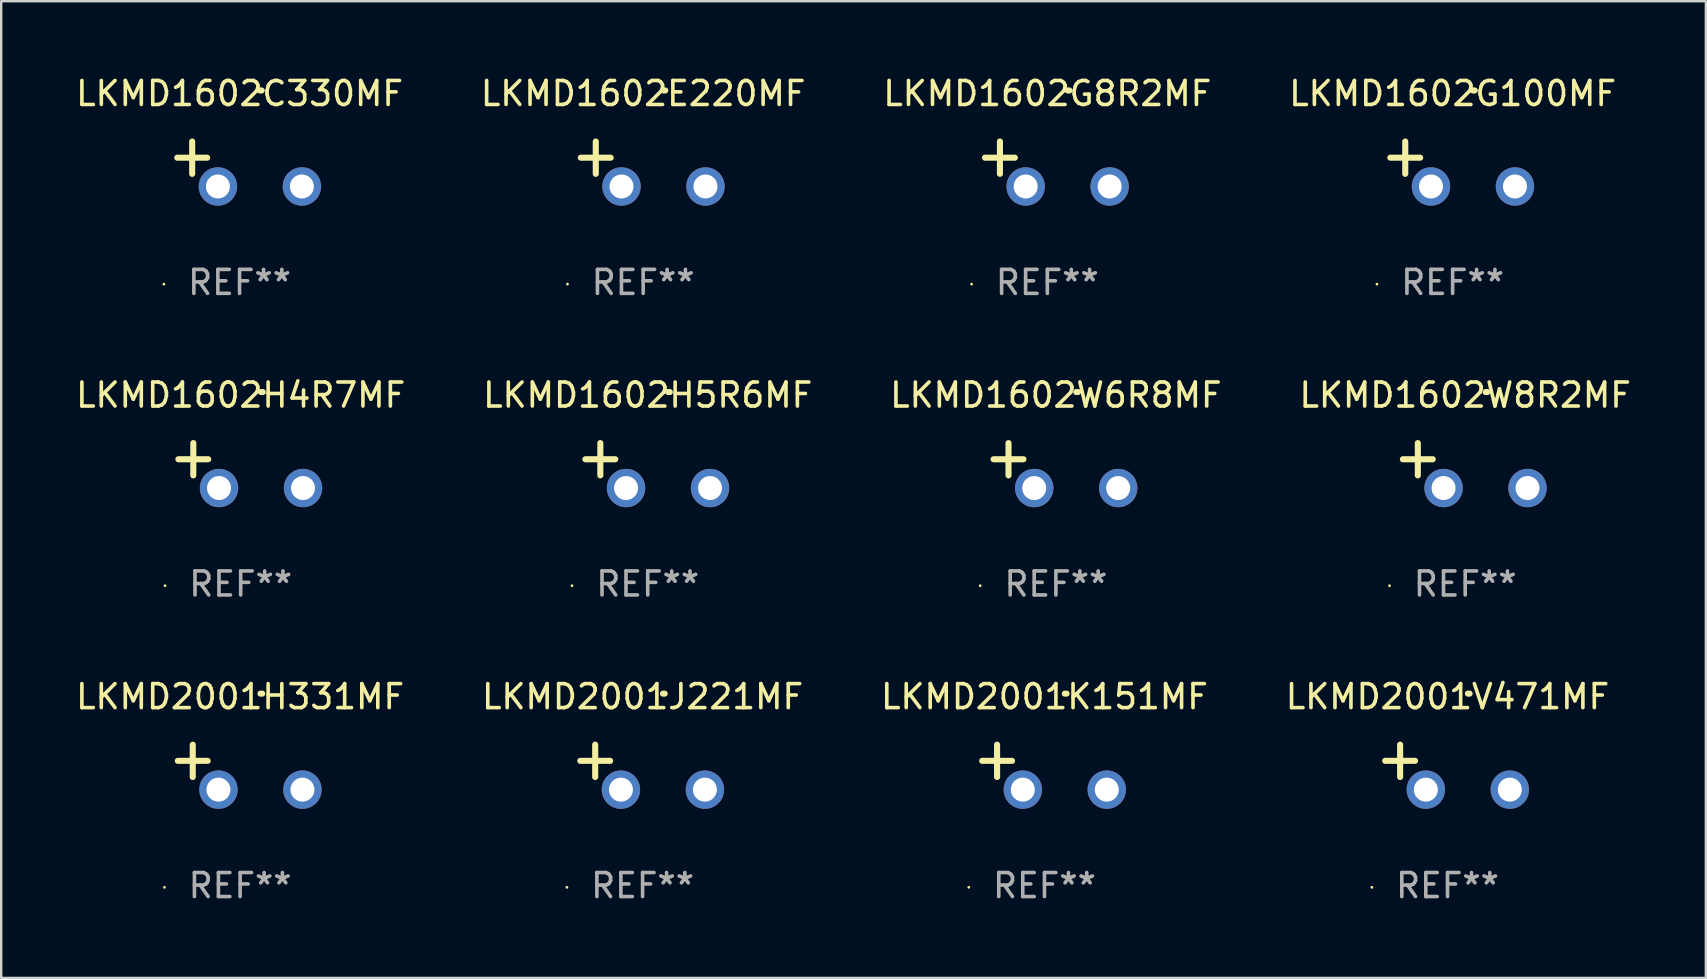
<source format=kicad_pcb>
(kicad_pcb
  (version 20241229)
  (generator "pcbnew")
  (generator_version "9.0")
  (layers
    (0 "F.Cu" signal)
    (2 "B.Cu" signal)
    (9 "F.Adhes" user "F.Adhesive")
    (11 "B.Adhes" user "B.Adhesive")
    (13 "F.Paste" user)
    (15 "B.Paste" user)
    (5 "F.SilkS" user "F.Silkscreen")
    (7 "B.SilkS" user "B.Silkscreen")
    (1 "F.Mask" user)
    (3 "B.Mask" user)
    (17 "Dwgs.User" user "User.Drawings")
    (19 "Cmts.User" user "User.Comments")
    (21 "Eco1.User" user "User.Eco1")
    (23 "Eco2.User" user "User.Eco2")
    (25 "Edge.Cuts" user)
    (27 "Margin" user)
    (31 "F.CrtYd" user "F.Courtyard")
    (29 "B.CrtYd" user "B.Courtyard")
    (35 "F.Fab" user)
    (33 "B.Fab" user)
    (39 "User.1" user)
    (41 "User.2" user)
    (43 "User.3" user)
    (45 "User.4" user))
  (footprint "LKMD1602H4R7MF"
    (layer "F.Cu")
    (at 6.982 16.354)
    (property "Reference" "LKMD1602H4R7MF" (at 0 -2.937 0) (layer "F.SilkS") (effects (font (size 1 1) (thickness 0.15))))
    (attr through_hole)
    (fp_line (start -1.975 0.41) (end -1.975 -0.937) (stroke (width 0.254) (type solid)) (layer "F.SilkS"))
    (fp_line (start -1.353 -0.263) (end -2.597 -0.263) (stroke (width 0.254) (type solid)) (layer "F.SilkS"))
    (fp_arc (start 0.849809 -3.063957) (mid 0.885369 -3.064114) (end 0.920929 -3.063957) (stroke (width 0.254001) (type solid)) (layer "F.SilkS"))
    (fp_circle (center -3.154 5.008) (end -3.124 5.008) (stroke (width 0.06) (type solid)) (fill no) (layer "F.SilkS"))
    (fp_text user "REF**" (at 0 4.937 0) (layer "F.Fab") (effects (font (size 1 1) (thickness 0.15))))
    (pad "1" thru_hole circle (at -0.903 0.937) (size 1.6 1.6) (drill 1) (layers "*.Cu" "*.Mask"))
    (pad "2" thru_hole circle (at 2.597 0.937) (size 1.6 1.6) (drill 1) (layers "*.Cu" "*.Mask")))
  (footprint "LKMD2001V471MF"
    (layer "F.Cu")
    (at 57.28 28.924)
    (property "Reference" "LKMD2001V471MF" (at 0 -2.937 0) (layer "F.SilkS") (effects (font (size 1 1) (thickness 0.15))))
    (attr through_hole)
    (fp_line (start -1.975 0.41) (end -1.975 -0.937) (stroke (width 0.254) (type solid)) (layer "F.SilkS"))
    (fp_line (start -1.353 -0.263) (end -2.597 -0.263) (stroke (width 0.254) (type solid)) (layer "F.SilkS"))
    (fp_arc (start 0.849809 -3.063957) (mid 0.885369 -3.064114) (end 0.920929 -3.063957) (stroke (width 0.254001) (type solid)) (layer "F.SilkS"))
    (fp_circle (center -3.154 5.008) (end -3.124 5.008) (stroke (width 0.06) (type solid)) (fill no) (layer "F.SilkS"))
    (fp_text user "REF**" (at 0 4.937 0) (layer "F.Fab") (effects (font (size 1 1) (thickness 0.15))))
    (pad "1" thru_hole circle (at -0.903 0.937) (size 1.6 1.6) (drill 1) (layers "*.Cu" "*.Mask"))
    (pad "2" thru_hole circle (at 2.597 0.937) (size 1.6 1.6) (drill 1) (layers "*.Cu" "*.Mask")))
  (footprint "LKMD1602G100MF"
    (layer "F.Cu")
    (at 57.494 3.785)
    (property "Reference" "LKMD1602G100MF" (at 0 -2.937 0) (layer "F.SilkS") (effects (font (size 1 1) (thickness 0.15))))
    (attr through_hole)
    (fp_line (start -1.975 0.41) (end -1.975 -0.937) (stroke (width 0.254) (type solid)) (layer "F.SilkS"))
    (fp_line (start -1.353 -0.263) (end -2.597 -0.263) (stroke (width 0.254) (type solid)) (layer "F.SilkS"))
    (fp_arc (start 0.849809 -3.063957) (mid 0.885369 -3.064114) (end 0.920929 -3.063957) (stroke (width 0.254001) (type solid)) (layer "F.SilkS"))
    (fp_circle (center -3.154 5.008) (end -3.124 5.008) (stroke (width 0.06) (type solid)) (fill no) (layer "F.SilkS"))
    (fp_text user "REF**" (at 0 4.937 0) (layer "F.Fab") (effects (font (size 1 1) (thickness 0.15))))
    (pad "1" thru_hole circle (at -0.903 0.937) (size 1.6 1.6) (drill 1) (layers "*.Cu" "*.Mask"))
    (pad "2" thru_hole circle (at 2.597 0.937) (size 1.6 1.6) (drill 1) (layers "*.Cu" "*.Mask")))
  (footprint "LKMD2001K151MF"
    (layer "F.Cu")
    (at 40.482 28.924)
    (property "Reference" "LKMD2001K151MF" (at 0 -2.937 0) (layer "F.SilkS") (effects (font (size 1 1) (thickness 0.15))))
    (attr through_hole)
    (fp_line (start -1.975 0.41) (end -1.975 -0.937) (stroke (width 0.254) (type solid)) (layer "F.SilkS"))
    (fp_line (start -1.353 -0.263) (end -2.597 -0.263) (stroke (width 0.254) (type solid)) (layer "F.SilkS"))
    (fp_arc (start 0.849809 -3.063957) (mid 0.885369 -3.064114) (end 0.920929 -3.063957) (stroke (width 0.254001) (type solid)) (layer "F.SilkS"))
    (fp_circle (center -3.154 5.008) (end -3.124 5.008) (stroke (width 0.06) (type solid)) (fill no) (layer "F.SilkS"))
    (fp_text user "REF**" (at 0 4.937 0) (layer "F.Fab") (effects (font (size 1 1) (thickness 0.15))))
    (pad "1" thru_hole circle (at -0.903 0.937) (size 1.6 1.6) (drill 1) (layers "*.Cu" "*.Mask"))
    (pad "2" thru_hole circle (at 2.597 0.937) (size 1.6 1.6) (drill 1) (layers "*.Cu" "*.Mask")))
  (footprint "LKMD2001H331MF"
    (layer "F.Cu")
    (at 6.958 28.924)
    (property "Reference" "LKMD2001H331MF" (at 0 -2.937 0) (layer "F.SilkS") (effects (font (size 1 1) (thickness 0.15))))
    (attr through_hole)
    (fp_line (start -1.975 0.41) (end -1.975 -0.937) (stroke (width 0.254) (type solid)) (layer "F.SilkS"))
    (fp_line (start -1.353 -0.263) (end -2.597 -0.263) (stroke (width 0.254) (type solid)) (layer "F.SilkS"))
    (fp_arc (start 0.849809 -3.063957) (mid 0.885369 -3.064114) (end 0.920929 -3.063957) (stroke (width 0.254001) (type solid)) (layer "F.SilkS"))
    (fp_circle (center -3.154 5.008) (end -3.124 5.008) (stroke (width 0.06) (type solid)) (fill no) (layer "F.SilkS"))
    (fp_text user "REF**" (at 0 4.937 0) (layer "F.Fab") (effects (font (size 1 1) (thickness 0.15))))
    (pad "1" thru_hole circle (at -0.903 0.937) (size 1.6 1.6) (drill 1) (layers "*.Cu" "*.Mask"))
    (pad "2" thru_hole circle (at 2.597 0.937) (size 1.6 1.6) (drill 1) (layers "*.Cu" "*.Mask")))
  (footprint "LKMD1602H5R6MF"
    (layer "F.Cu")
    (at 23.946 16.354)
    (property "Reference" "LKMD1602H5R6MF" (at 0 -2.937 0) (layer "F.SilkS") (effects (font (size 1 1) (thickness 0.15))))
    (attr through_hole)
    (fp_line (start -1.975 0.41) (end -1.975 -0.937) (stroke (width 0.254) (type solid)) (layer "F.SilkS"))
    (fp_line (start -1.353 -0.263) (end -2.597 -0.263) (stroke (width 0.254) (type solid)) (layer "F.SilkS"))
    (fp_arc (start 0.849809 -3.063957) (mid 0.885369 -3.064114) (end 0.920929 -3.063957) (stroke (width 0.254001) (type solid)) (layer "F.SilkS"))
    (fp_circle (center -3.154 5.008) (end -3.124 5.008) (stroke (width 0.06) (type solid)) (fill no) (layer "F.SilkS"))
    (fp_text user "REF**" (at 0 4.937 0) (layer "F.Fab") (effects (font (size 1 1) (thickness 0.15))))
    (pad "1" thru_hole circle (at -0.903 0.937) (size 1.6 1.6) (drill 1) (layers "*.Cu" "*.Mask"))
    (pad "2" thru_hole circle (at 2.597 0.937) (size 1.6 1.6) (drill 1) (layers "*.Cu" "*.Mask")))
  (footprint "LKMD1602G8R2MF"
    (layer "F.Cu")
    (at 40.601 3.785)
    (property "Reference" "LKMD1602G8R2MF" (at 0 -2.937 0) (layer "F.SilkS") (effects (font (size 1 1) (thickness 0.15))))
    (attr through_hole)
    (fp_line (start -1.975 0.41) (end -1.975 -0.937) (stroke (width 0.254) (type solid)) (layer "F.SilkS"))
    (fp_line (start -1.353 -0.263) (end -2.597 -0.263) (stroke (width 0.254) (type solid)) (layer "F.SilkS"))
    (fp_arc (start 0.849809 -3.063957) (mid 0.885369 -3.064114) (end 0.920929 -3.063957) (stroke (width 0.254001) (type solid)) (layer "F.SilkS"))
    (fp_circle (center -3.154 5.008) (end -3.124 5.008) (stroke (width 0.06) (type solid)) (fill no) (layer "F.SilkS"))
    (fp_text user "REF**" (at 0 4.937 0) (layer "F.Fab") (effects (font (size 1 1) (thickness 0.15))))
    (pad "1" thru_hole circle (at -0.903 0.937) (size 1.6 1.6) (drill 1) (layers "*.Cu" "*.Mask"))
    (pad "2" thru_hole circle (at 2.597 0.937) (size 1.6 1.6) (drill 1) (layers "*.Cu" "*.Mask")))
  (footprint "LKMD2001J221MF"
    (layer "F.Cu")
    (at 23.732 28.924)
    (property "Reference" "LKMD2001J221MF" (at 0 -2.937 0) (layer "F.SilkS") (effects (font (size 1 1) (thickness 0.15))))
    (attr through_hole)
    (fp_line (start -1.975 0.41) (end -1.975 -0.937) (stroke (width 0.254) (type solid)) (layer "F.SilkS"))
    (fp_line (start -1.353 -0.263) (end -2.597 -0.263) (stroke (width 0.254) (type solid)) (layer "F.SilkS"))
    (fp_arc (start 0.849809 -3.063957) (mid 0.885369 -3.064114) (end 0.920929 -3.063957) (stroke (width 0.254001) (type solid)) (layer "F.SilkS"))
    (fp_circle (center -3.154 5.008) (end -3.124 5.008) (stroke (width 0.06) (type solid)) (fill no) (layer "F.SilkS"))
    (fp_text user "REF**" (at 0 4.937 0) (layer "F.Fab") (effects (font (size 1 1) (thickness 0.15))))
    (pad "1" thru_hole circle (at -0.903 0.937) (size 1.6 1.6) (drill 1) (layers "*.Cu" "*.Mask"))
    (pad "2" thru_hole circle (at 2.597 0.937) (size 1.6 1.6) (drill 1) (layers "*.Cu" "*.Mask")))
  (footprint "LKMD1602W6R8MF"
    (layer "F.Cu")
    (at 40.958 16.354)
    (property "Reference" "LKMD1602W6R8MF" (at 0 -2.937 0) (layer "F.SilkS") (effects (font (size 1 1) (thickness 0.15))))
    (attr through_hole)
    (fp_line (start -1.975 0.41) (end -1.975 -0.937) (stroke (width 0.254) (type solid)) (layer "F.SilkS"))
    (fp_line (start -1.353 -0.263) (end -2.597 -0.263) (stroke (width 0.254) (type solid)) (layer "F.SilkS"))
    (fp_arc (start 0.849809 -3.063957) (mid 0.885369 -3.064114) (end 0.920929 -3.063957) (stroke (width 0.254001) (type solid)) (layer "F.SilkS"))
    (fp_circle (center -3.154 5.008) (end -3.124 5.008) (stroke (width 0.06) (type solid)) (fill no) (layer "F.SilkS"))
    (fp_text user "REF**" (at 0 4.937 0) (layer "F.Fab") (effects (font (size 1 1) (thickness 0.15))))
    (pad "1" thru_hole circle (at -0.903 0.937) (size 1.6 1.6) (drill 1) (layers "*.Cu" "*.Mask"))
    (pad "2" thru_hole circle (at 2.597 0.937) (size 1.6 1.6) (drill 1) (layers "*.Cu" "*.Mask")))
  (footprint "LKMD1602E220MF"
    (layer "F.Cu")
    (at 23.756 3.785)
    (property "Reference" "LKMD1602E220MF" (at 0 -2.937 0) (layer "F.SilkS") (effects (font (size 1 1) (thickness 0.15))))
    (attr through_hole)
    (fp_line (start -1.975 0.41) (end -1.975 -0.937) (stroke (width 0.254) (type solid)) (layer "F.SilkS"))
    (fp_line (start -1.353 -0.263) (end -2.597 -0.263) (stroke (width 0.254) (type solid)) (layer "F.SilkS"))
    (fp_arc (start 0.849809 -3.063957) (mid 0.885369 -3.064114) (end 0.920929 -3.063957) (stroke (width 0.254001) (type solid)) (layer "F.SilkS"))
    (fp_circle (center -3.154 5.008) (end -3.124 5.008) (stroke (width 0.06) (type solid)) (fill no) (layer "F.SilkS"))
    (fp_text user "REF**" (at 0 4.937 0) (layer "F.Fab") (effects (font (size 1 1) (thickness 0.15))))
    (pad "1" thru_hole circle (at -0.903 0.937) (size 1.6 1.6) (drill 1) (layers "*.Cu" "*.Mask"))
    (pad "2" thru_hole circle (at 2.597 0.937) (size 1.6 1.6) (drill 1) (layers "*.Cu" "*.Mask")))
  (footprint "LKMD1602W8R2MF"
    (layer "F.Cu")
    (at 58.018 16.354)
    (property "Reference" "LKMD1602W8R2MF" (at 0 -2.937 0) (layer "F.SilkS") (effects (font (size 1 1) (thickness 0.15))))
    (attr through_hole)
    (fp_line (start -1.975 0.41) (end -1.975 -0.937) (stroke (width 0.254) (type solid)) (layer "F.SilkS"))
    (fp_line (start -1.353 -0.263) (end -2.597 -0.263) (stroke (width 0.254) (type solid)) (layer "F.SilkS"))
    (fp_arc (start 0.849809 -3.063957) (mid 0.885369 -3.064114) (end 0.920929 -3.063957) (stroke (width 0.254001) (type solid)) (layer "F.SilkS"))
    (fp_circle (center -3.154 5.008) (end -3.124 5.008) (stroke (width 0.06) (type solid)) (fill no) (layer "F.SilkS"))
    (fp_text user "REF**" (at 0 4.937 0) (layer "F.Fab") (effects (font (size 1 1) (thickness 0.15))))
    (pad "1" thru_hole circle (at -0.903 0.937) (size 1.6 1.6) (drill 1) (layers "*.Cu" "*.Mask"))
    (pad "2" thru_hole circle (at 2.597 0.937) (size 1.6 1.6) (drill 1) (layers "*.Cu" "*.Mask")))
  (footprint "LKMD1602C330MF"
    (layer "F.Cu")
    (at 6.935 3.785)
    (property "Reference" "LKMD1602C330MF" (at 0 -2.937 0) (layer "F.SilkS") (effects (font (size 1 1) (thickness 0.15))))
    (attr through_hole)
    (fp_line (start -1.975 0.41) (end -1.975 -0.937) (stroke (width 0.254) (type solid)) (layer "F.SilkS"))
    (fp_line (start -1.353 -0.263) (end -2.597 -0.263) (stroke (width 0.254) (type solid)) (layer "F.SilkS"))
    (fp_arc (start 0.849809 -3.063957) (mid 0.885369 -3.064114) (end 0.920929 -3.063957) (stroke (width 0.254001) (type solid)) (layer "F.SilkS"))
    (fp_circle (center -3.154 5.008) (end -3.124 5.008) (stroke (width 0.06) (type solid)) (fill no) (layer "F.SilkS"))
    (fp_text user "REF**" (at 0 4.937 0) (layer "F.Fab") (effects (font (size 1 1) (thickness 0.15))))
    (pad "1" thru_hole circle (at -0.903 0.937) (size 1.6 1.6) (drill 1) (layers "*.Cu" "*.Mask"))
    (pad "2" thru_hole circle (at 2.597 0.937) (size 1.6 1.6) (drill 1) (layers "*.Cu" "*.Mask")))
  (gr_rect
    (start -3 -3)
    (end 68.048 37.709)
    (stroke (width 0.1) (type default))
    (fill no)
    (layer "Edge.Cuts")))
</source>
